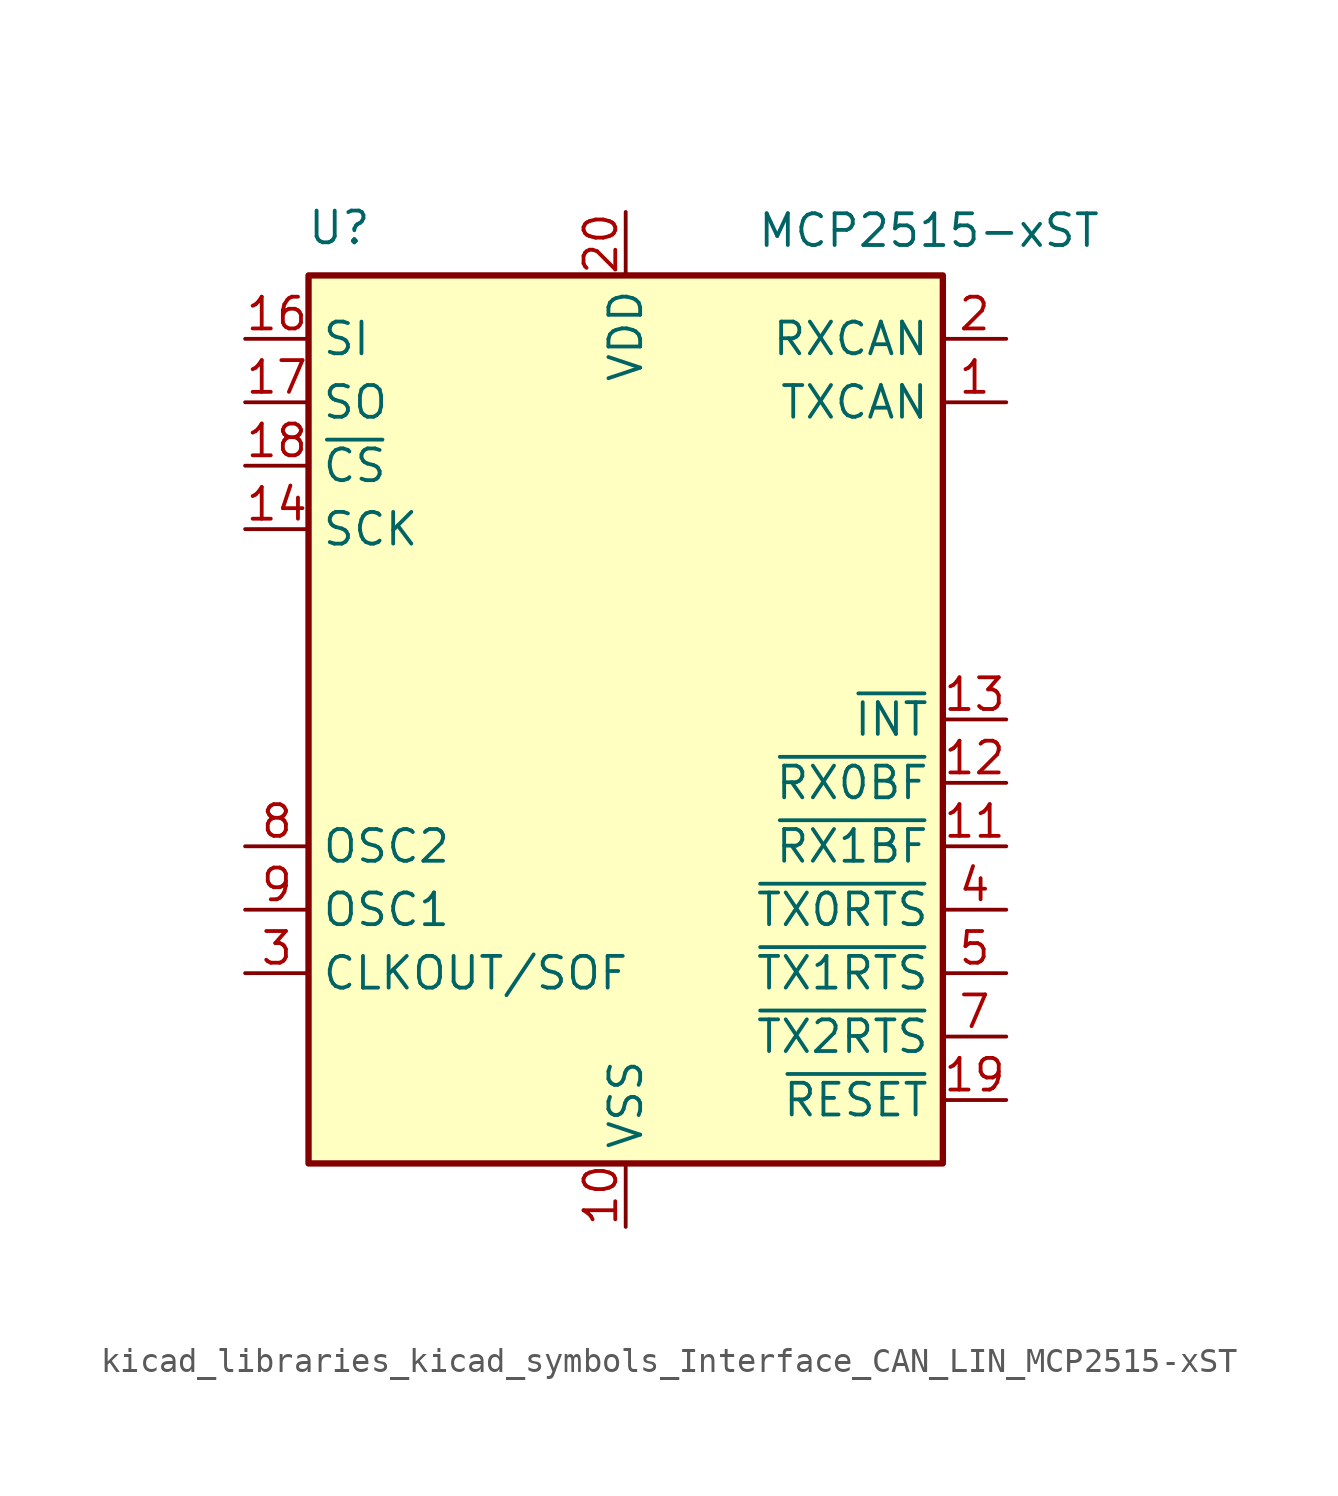
<source format=kicad_sym>
(kicad_symbol_lib
  (version 20220914)
  (generator kicad_symbol_editor)
  (symbol "kicad_libraries_kicad_symbols_Interface_CAN_LIN_MCP2515-xST"
    (property "Reference" "U"
      (at -10.16 19.685 0)
      (effects (font (size 1.27 1.27)) (justify right)))
    (property "Value" "MCP2515-xST"
      (at 19.05 20.32 0)
      (effects (font (size 1.27 1.27)) (justify right top)))
    (symbol "kicad_libraries_kicad_symbols_Interface_CAN_LIN_MCP2515-xST_0_1"
      (rectangle (start -12.7 17.78) (end 12.7 -17.78) (stroke (width 0.254) (type default)) (fill (type background))))
    (symbol "kicad_libraries_kicad_symbols_Interface_CAN_LIN_MCP2515-xST_1_1"
      (pin output line (at 15.24 12.7 180) (length 2.54) (name "TXCAN" (effects (font (size 1.27 1.27)))) (number "1" (effects (font (size 1.27 1.27)))))
      (pin power_in line (at 0 -20.32 90) (length 2.54) (name "VSS" (effects (font (size 1.27 1.27)))) (number "10" (effects (font (size 1.27 1.27)))))
      (pin output line (at 15.24 -5.08 180) (length 2.54) (name "~{RX1BF}" (effects (font (size 1.27 1.27)))) (number "11" (effects (font (size 1.27 1.27)))))
      (pin output line (at 15.24 -2.54 180) (length 2.54) (name "~{RX0BF}" (effects (font (size 1.27 1.27)))) (number "12" (effects (font (size 1.27 1.27)))))
      (pin output line (at 15.24 0 180) (length 2.54) (name "~{INT}" (effects (font (size 1.27 1.27)))) (number "13" (effects (font (size 1.27 1.27)))))
      (pin input line (at -15.24 7.62 0) (length 2.54) (name "SCK" (effects (font (size 1.27 1.27)))) (number "14" (effects (font (size 1.27 1.27)))))
      (pin no_connect line (at -12.7 -2.54 0) (length 2.54) hide (name "NC" (effects (font (size 1.27 1.27)))) (number "15" (effects (font (size 1.27 1.27)))))
      (pin input line (at -15.24 15.24 0) (length 2.54) (name "SI" (effects (font (size 1.27 1.27)))) (number "16" (effects (font (size 1.27 1.27)))))
      (pin output line (at -15.24 12.7 0) (length 2.54) (name "SO" (effects (font (size 1.27 1.27)))) (number "17" (effects (font (size 1.27 1.27)))))
      (pin input line (at -15.24 10.16 0) (length 2.54) (name "~{CS}" (effects (font (size 1.27 1.27)))) (number "18" (effects (font (size 1.27 1.27)))))
      (pin input line (at 15.24 -15.24 180) (length 2.54) (name "~{RESET}" (effects (font (size 1.27 1.27)))) (number "19" (effects (font (size 1.27 1.27)))))
      (pin input line (at 15.24 15.24 180) (length 2.54) (name "RXCAN" (effects (font (size 1.27 1.27)))) (number "2" (effects (font (size 1.27 1.27)))))
      (pin power_in line (at 0 20.32 270) (length 2.54) (name "VDD" (effects (font (size 1.27 1.27)))) (number "20" (effects (font (size 1.27 1.27)))))
      (pin output line (at -15.24 -10.16 0) (length 2.54) (name "CLKOUT/SOF" (effects (font (size 1.27 1.27)))) (number "3" (effects (font (size 1.27 1.27)))))
      (pin input line (at 15.24 -7.62 180) (length 2.54) (name "~{TX0RTS}" (effects (font (size 1.27 1.27)))) (number "4" (effects (font (size 1.27 1.27)))))
      (pin input line (at 15.24 -10.16 180) (length 2.54) (name "~{TX1RTS}" (effects (font (size 1.27 1.27)))) (number "5" (effects (font (size 1.27 1.27)))))
      (pin no_connect line (at -12.7 0 0) (length 2.54) hide (name "NC" (effects (font (size 1.27 1.27)))) (number "6" (effects (font (size 1.27 1.27)))))
      (pin input line (at 15.24 -12.7 180) (length 2.54) (name "~{TX2RTS}" (effects (font (size 1.27 1.27)))) (number "7" (effects (font (size 1.27 1.27)))))
      (pin output line (at -15.24 -5.08 0) (length 2.54) (name "OSC2" (effects (font (size 1.27 1.27)))) (number "8" (effects (font (size 1.27 1.27)))))
      (pin input line (at -15.24 -7.62 0) (length 2.54) (name "OSC1" (effects (font (size 1.27 1.27)))) (number "9" (effects (font (size 1.27 1.27))))))))
</source>
